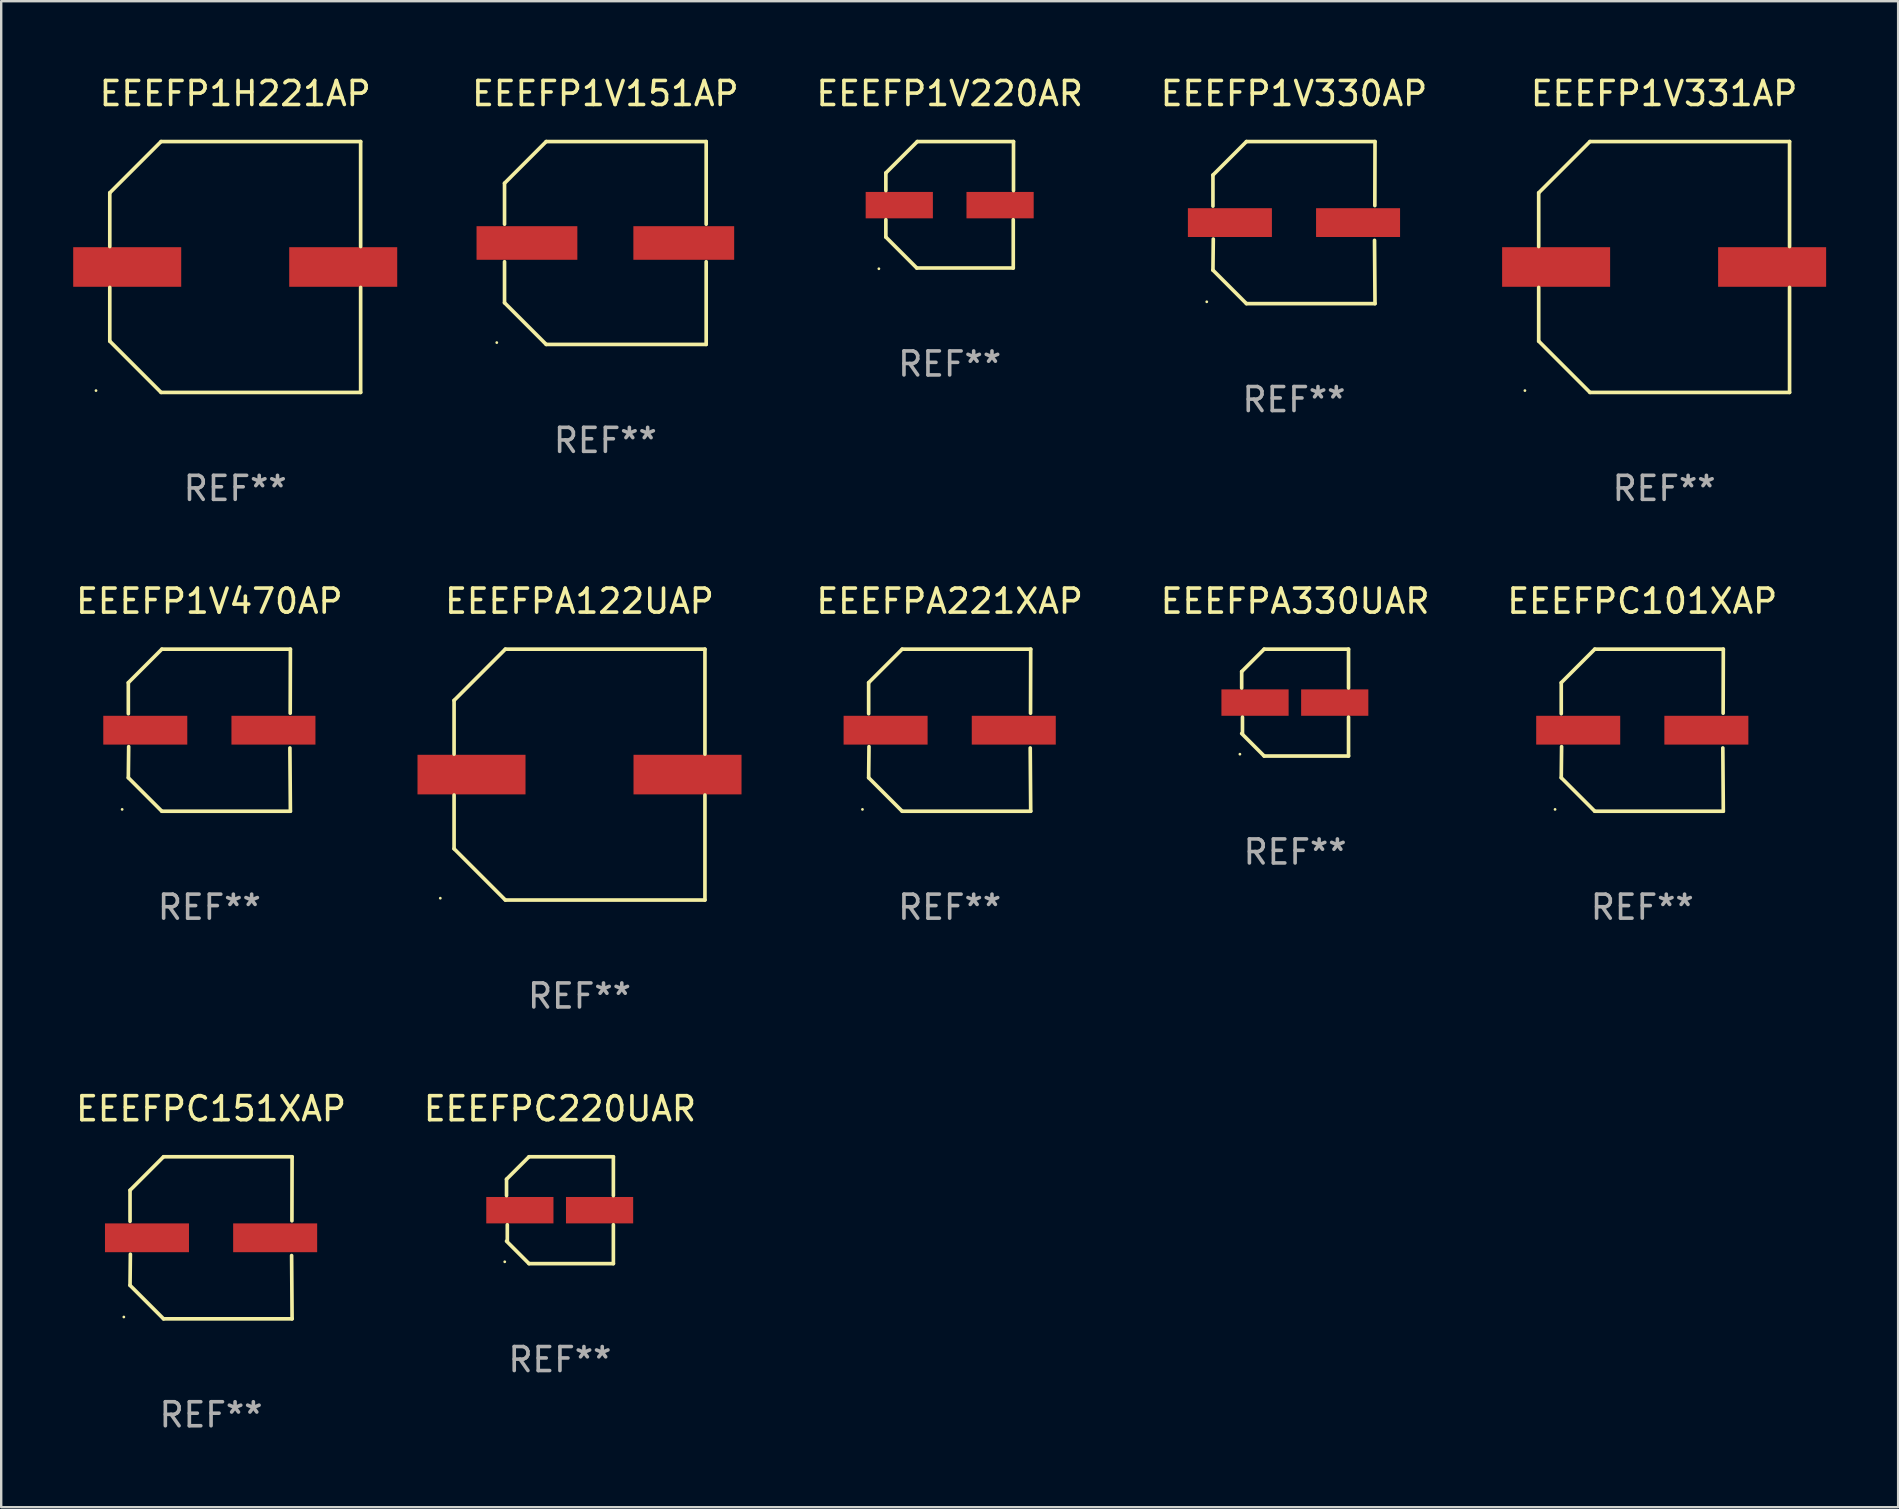
<source format=kicad_pcb>
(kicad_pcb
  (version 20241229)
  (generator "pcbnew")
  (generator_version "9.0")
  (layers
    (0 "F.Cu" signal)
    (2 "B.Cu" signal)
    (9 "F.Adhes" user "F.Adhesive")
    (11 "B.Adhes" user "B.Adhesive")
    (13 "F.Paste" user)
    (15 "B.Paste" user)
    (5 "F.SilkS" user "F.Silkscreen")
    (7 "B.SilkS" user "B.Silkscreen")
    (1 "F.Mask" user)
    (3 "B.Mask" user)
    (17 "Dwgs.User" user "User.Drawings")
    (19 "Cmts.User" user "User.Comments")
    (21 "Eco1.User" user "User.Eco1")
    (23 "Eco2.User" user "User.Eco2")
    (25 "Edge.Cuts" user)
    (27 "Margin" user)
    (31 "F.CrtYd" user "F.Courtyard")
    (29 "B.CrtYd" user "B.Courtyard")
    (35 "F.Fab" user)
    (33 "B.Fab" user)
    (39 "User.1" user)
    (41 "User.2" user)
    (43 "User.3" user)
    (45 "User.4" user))
  (footprint "EEEFPA221XAP"
    (layer "F.Cu")
    (at 36.518 27.373)
    (property "Reference" "EEEFPA221XAP" (at 0 -5.376 0) (layer "F.SilkS") (effects (font (size 1 1) (thickness 0.15))))
    (attr through_hole)
    (fp_line (start -3.376 -1.98) (end -3.376 -0.686) (stroke (width 0.152) (type solid)) (layer "F.SilkS"))
    (fp_line (start -3.376 1.981) (end -3.362 0.686) (stroke (width 0.152) (type solid)) (layer "F.SilkS"))
    (fp_line (start -1.981 3.376) (end -3.376 1.981) (stroke (width 0.152) (type solid)) (layer "F.SilkS"))
    (fp_line (start -1.98 -3.376) (end -3.376 -1.98) (stroke (width 0.152) (type solid)) (layer "F.SilkS"))
    (fp_line (start 3.356 0.74) (end 3.376 3.376) (stroke (width 0.152) (type solid)) (layer "F.SilkS"))
    (fp_line (start 3.369 -0.707) (end 3.376 -3.376) (stroke (width 0.152) (type solid)) (layer "F.SilkS"))
    (fp_line (start 3.376 3.376) (end -1.981 3.376) (stroke (width 0.152) (type solid)) (layer "F.SilkS"))
    (fp_line (start 3.376 -3.376) (end -1.98 -3.376) (stroke (width 0.152) (type solid)) (layer "F.SilkS"))
    (fp_circle (center -3.634 3.3) (end -3.604 3.3) (stroke (width 0.06) (type solid)) (fill no) (layer "F.SilkS"))
    (fp_text user "REF**" (at 0 7.376 0) (layer "F.Fab") (effects (font (size 1 1) (thickness 0.15))))
    (pad "1" smd rect (at -2.67 0.000254) (size 3.5 1.2) (layers "F.Cu" "F.Mask" "F.Paste"))
    (pad "2" smd rect (at 2.67 0.000254) (size 3.5 1.2) (layers "F.Cu" "F.Mask" "F.Paste")))
  (footprint "EEEFPC220UAR"
    (layer "F.Cu")
    (at 20.28 47.372)
    (property "Reference" "EEEFPC220UAR" (at 0 -4.226 0) (layer "F.SilkS") (effects (font (size 1 1) (thickness 0.15))))
    (attr through_hole)
    (fp_line (start -2.226 -1.29) (end -2.226 -0.607) (stroke (width 0.152) (type solid)) (layer "F.SilkS"))
    (fp_line (start -2.193 1.29) (end -2.193 0.607) (stroke (width 0.152) (type solid)) (layer "F.SilkS"))
    (fp_line (start -1.29 2.226) (end -2.226 1.29) (stroke (width 0.152) (type solid)) (layer "F.SilkS"))
    (fp_line (start -1.29 -2.226) (end -2.226 -1.29) (stroke (width 0.152) (type solid)) (layer "F.SilkS"))
    (fp_line (start 2.226 -2.226) (end -1.29 -2.226) (stroke (width 0.152) (type solid)) (layer "F.SilkS"))
    (fp_line (start 2.226 -0.607) (end 2.226 -2.226) (stroke (width 0.152) (type solid)) (layer "F.SilkS"))
    (fp_line (start 2.226 0.607) (end 2.226 2.226) (stroke (width 0.152) (type solid)) (layer "F.SilkS"))
    (fp_line (start 2.226 2.226) (end -1.29 2.226) (stroke (width 0.152) (type solid)) (layer "F.SilkS"))
    (fp_circle (center -2.3 2.15) (end -2.27 2.15) (stroke (width 0.06) (type solid)) (fill no) (layer "F.SilkS"))
    (fp_text user "REF**" (at 0 6.226 0) (layer "F.Fab") (effects (font (size 1 1) (thickness 0.15))))
    (pad "1" smd rect (at -1.67 -0.000025) (size 2.8 1.1) (layers "F.Cu" "F.Mask" "F.Paste"))
    (pad "2" smd rect (at 1.651 -0.000025) (size 2.8 1.1) (layers "F.Cu" "F.Mask" "F.Paste")))
  (footprint "EEEFPA330UAR"
    (layer "F.Cu")
    (at 50.91 26.223)
    (property "Reference" "EEEFPA330UAR" (at 0 -4.226 0) (layer "F.SilkS") (effects (font (size 1 1) (thickness 0.15))))
    (attr through_hole)
    (fp_line (start -2.226 -1.29) (end -2.226 -0.607) (stroke (width 0.152) (type solid)) (layer "F.SilkS"))
    (fp_line (start -2.193 1.29) (end -2.193 0.607) (stroke (width 0.152) (type solid)) (layer "F.SilkS"))
    (fp_line (start -1.29 2.226) (end -2.226 1.29) (stroke (width 0.152) (type solid)) (layer "F.SilkS"))
    (fp_line (start -1.29 -2.226) (end -2.226 -1.29) (stroke (width 0.152) (type solid)) (layer "F.SilkS"))
    (fp_line (start 2.226 -2.226) (end -1.29 -2.226) (stroke (width 0.152) (type solid)) (layer "F.SilkS"))
    (fp_line (start 2.226 -0.607) (end 2.226 -2.226) (stroke (width 0.152) (type solid)) (layer "F.SilkS"))
    (fp_line (start 2.226 0.607) (end 2.226 2.226) (stroke (width 0.152) (type solid)) (layer "F.SilkS"))
    (fp_line (start 2.226 2.226) (end -1.29 2.226) (stroke (width 0.152) (type solid)) (layer "F.SilkS"))
    (fp_circle (center -2.3 2.15) (end -2.27 2.15) (stroke (width 0.06) (type solid)) (fill no) (layer "F.SilkS"))
    (fp_text user "REF**" (at 0 6.226 0) (layer "F.Fab") (effects (font (size 1 1) (thickness 0.15))))
    (pad "1" smd rect (at -1.67 -0.000025) (size 2.8 1.1) (layers "F.Cu" "F.Mask" "F.Paste"))
    (pad "2" smd rect (at 1.651 -0.000025) (size 2.8 1.1) (layers "F.Cu" "F.Mask" "F.Paste")))
  (footprint "EEEFP1V331AP"
    (layer "F.Cu")
    (at 66.285 8.074)
    (property "Reference" "EEEFP1V331AP" (at 0 -7.226 0) (layer "F.SilkS") (effects (font (size 1 1) (thickness 0.15))))
    (attr through_hole)
    (fp_line (start -5.226 -3.09) (end -5.226 -0.852) (stroke (width 0.152) (type solid)) (layer "F.SilkS"))
    (fp_line (start -5.226 3.09) (end -5.226 0.852) (stroke (width 0.152) (type solid)) (layer "F.SilkS"))
    (fp_line (start -3.09 -5.226) (end -5.226 -3.09) (stroke (width 0.152) (type solid)) (layer "F.SilkS"))
    (fp_line (start -3.09 5.226) (end -5.226 3.09) (stroke (width 0.152) (type solid)) (layer "F.SilkS"))
    (fp_line (start 5.226 -5.226) (end -3.09 -5.226) (stroke (width 0.152) (type solid)) (layer "F.SilkS"))
    (fp_line (start 5.226 -0.852) (end 5.226 -5.226) (stroke (width 0.152) (type solid)) (layer "F.SilkS"))
    (fp_line (start 5.226 0.852) (end 5.226 5.226) (stroke (width 0.152) (type solid)) (layer "F.SilkS"))
    (fp_line (start 5.226 5.226) (end -3.09 5.226) (stroke (width 0.152) (type solid)) (layer "F.SilkS"))
    (fp_circle (center -5.8 5.15) (end -5.77 5.15) (stroke (width 0.06) (type solid)) (fill no) (layer "F.SilkS"))
    (fp_text user "REF**" (at 0 9.226 0) (layer "F.Fab") (effects (font (size 1 1) (thickness 0.15))))
    (pad "1" smd rect (at -4.5 0) (size 4.5 1.65) (layers "F.Cu" "F.Mask" "F.Paste"))
    (pad "2" smd rect (at 4.5 0) (size 4.5 1.65) (layers "F.Cu" "F.Mask" "F.Paste")))
  (footprint "EEEFPC151XAP"
    (layer "F.Cu")
    (at 5.744 48.522)
    (property "Reference" "EEEFPC151XAP" (at 0 -5.376 0) (layer "F.SilkS") (effects (font (size 1 1) (thickness 0.15))))
    (attr through_hole)
    (fp_line (start -3.376 -1.98) (end -3.376 -0.686) (stroke (width 0.152) (type solid)) (layer "F.SilkS"))
    (fp_line (start -3.376 1.981) (end -3.362 0.686) (stroke (width 0.152) (type solid)) (layer "F.SilkS"))
    (fp_line (start -1.981 3.376) (end -3.376 1.981) (stroke (width 0.152) (type solid)) (layer "F.SilkS"))
    (fp_line (start -1.98 -3.376) (end -3.376 -1.98) (stroke (width 0.152) (type solid)) (layer "F.SilkS"))
    (fp_line (start 3.356 0.74) (end 3.376 3.376) (stroke (width 0.152) (type solid)) (layer "F.SilkS"))
    (fp_line (start 3.369 -0.707) (end 3.376 -3.376) (stroke (width 0.152) (type solid)) (layer "F.SilkS"))
    (fp_line (start 3.376 3.376) (end -1.981 3.376) (stroke (width 0.152) (type solid)) (layer "F.SilkS"))
    (fp_line (start 3.376 -3.376) (end -1.98 -3.376) (stroke (width 0.152) (type solid)) (layer "F.SilkS"))
    (fp_circle (center -3.634 3.3) (end -3.604 3.3) (stroke (width 0.06) (type solid)) (fill no) (layer "F.SilkS"))
    (fp_text user "REF**" (at 0 7.376 0) (layer "F.Fab") (effects (font (size 1 1) (thickness 0.15))))
    (pad "1" smd rect (at -2.67 0.000254) (size 3.5 1.2) (layers "F.Cu" "F.Mask" "F.Paste"))
    (pad "2" smd rect (at 2.67 0.000254) (size 3.5 1.2) (layers "F.Cu" "F.Mask" "F.Paste")))
  (footprint "EEEFP1V220AR"
    (layer "F.Cu")
    (at 36.518 5.482)
    (property "Reference" "EEEFP1V220AR" (at 0 -4.634 0) (layer "F.SilkS") (effects (font (size 1 1) (thickness 0.15))))
    (attr through_hole)
    (fp_line (start -2.659 -1.326) (end -2.659 -0.592) (stroke (width 0.152) (type solid)) (layer "F.SilkS"))
    (fp_line (start -2.659 1.346) (end -2.659 0.622) (stroke (width 0.152) (type solid)) (layer "F.SilkS"))
    (fp_line (start -1.372 2.634) (end -2.659 1.346) (stroke (width 0.152) (type solid)) (layer "F.SilkS"))
    (fp_line (start -1.349 -2.634) (end -2.659 -1.326) (stroke (width 0.152) (type solid)) (layer "F.SilkS"))
    (fp_line (start 2.649 0.622) (end 2.649 2.634) (stroke (width 0.152) (type solid)) (layer "F.SilkS"))
    (fp_line (start 2.649 2.634) (end -1.372 2.634) (stroke (width 0.152) (type solid)) (layer "F.SilkS"))
    (fp_line (start 2.659 -2.634) (end -1.349 -2.634) (stroke (width 0.152) (type solid)) (layer "F.SilkS"))
    (fp_line (start 2.659 -0.592) (end 2.659 -2.634) (stroke (width 0.152) (type solid)) (layer "F.SilkS"))
    (fp_circle (center -2.95 2.665) (end -2.92 2.665) (stroke (width 0.06) (type solid)) (fill no) (layer "F.SilkS"))
    (fp_text user "REF**" (at 0 6.634 0) (layer "F.Fab") (effects (font (size 1 1) (thickness 0.15))))
    (pad "1" smd rect (at -2.1 0.015) (size 2.8 1.1) (layers "F.Cu" "F.Mask" "F.Paste"))
    (pad "2" smd rect (at 2.1 0.015) (size 2.8 1.1) (layers "F.Cu" "F.Mask" "F.Paste")))
  (footprint "EEEFP1V470AP"
    (layer "F.Cu")
    (at 5.673 27.373)
    (property "Reference" "EEEFP1V470AP" (at 0 -5.376 0) (layer "F.SilkS") (effects (font (size 1 1) (thickness 0.15))))
    (attr through_hole)
    (fp_line (start -3.376 -1.98) (end -3.376 -0.686) (stroke (width 0.152) (type solid)) (layer "F.SilkS"))
    (fp_line (start -3.376 1.981) (end -3.362 0.686) (stroke (width 0.152) (type solid)) (layer "F.SilkS"))
    (fp_line (start -1.981 3.376) (end -3.376 1.981) (stroke (width 0.152) (type solid)) (layer "F.SilkS"))
    (fp_line (start -1.98 -3.376) (end -3.376 -1.98) (stroke (width 0.152) (type solid)) (layer "F.SilkS"))
    (fp_line (start 3.356 0.74) (end 3.376 3.376) (stroke (width 0.152) (type solid)) (layer "F.SilkS"))
    (fp_line (start 3.369 -0.707) (end 3.376 -3.376) (stroke (width 0.152) (type solid)) (layer "F.SilkS"))
    (fp_line (start 3.376 3.376) (end -1.981 3.376) (stroke (width 0.152) (type solid)) (layer "F.SilkS"))
    (fp_line (start 3.376 -3.376) (end -1.98 -3.376) (stroke (width 0.152) (type solid)) (layer "F.SilkS"))
    (fp_circle (center -3.634 3.3) (end -3.604 3.3) (stroke (width 0.06) (type solid)) (fill no) (layer "F.SilkS"))
    (fp_text user "REF**" (at 0 7.376 0) (layer "F.Fab") (effects (font (size 1 1) (thickness 0.15))))
    (pad "1" smd rect (at -2.67 0.000254) (size 3.5 1.2) (layers "F.Cu" "F.Mask" "F.Paste"))
    (pad "2" smd rect (at 2.67 0.000254) (size 3.5 1.2) (layers "F.Cu" "F.Mask" "F.Paste")))
  (footprint "EEEFPA122UAP"
    (layer "F.Cu")
    (at 21.095 29.223)
    (property "Reference" "EEEFPA122UAP" (at 0 -7.226 0) (layer "F.SilkS") (effects (font (size 1 1) (thickness 0.15))))
    (attr through_hole)
    (fp_line (start -5.226 -3.09) (end -5.226 -0.852) (stroke (width 0.152) (type solid)) (layer "F.SilkS"))
    (fp_line (start -5.226 3.09) (end -5.226 0.852) (stroke (width 0.152) (type solid)) (layer "F.SilkS"))
    (fp_line (start -3.09 -5.226) (end -5.226 -3.09) (stroke (width 0.152) (type solid)) (layer "F.SilkS"))
    (fp_line (start -3.09 5.226) (end -5.226 3.09) (stroke (width 0.152) (type solid)) (layer "F.SilkS"))
    (fp_line (start 5.226 -5.226) (end -3.09 -5.226) (stroke (width 0.152) (type solid)) (layer "F.SilkS"))
    (fp_line (start 5.226 -0.852) (end 5.226 -5.226) (stroke (width 0.152) (type solid)) (layer "F.SilkS"))
    (fp_line (start 5.226 0.852) (end 5.226 5.226) (stroke (width 0.152) (type solid)) (layer "F.SilkS"))
    (fp_line (start 5.226 5.226) (end -3.09 5.226) (stroke (width 0.152) (type solid)) (layer "F.SilkS"))
    (fp_circle (center -5.8 5.15) (end -5.77 5.15) (stroke (width 0.06) (type solid)) (fill no) (layer "F.SilkS"))
    (fp_text user "REF**" (at 0 9.226 0) (layer "F.Fab") (effects (font (size 1 1) (thickness 0.15))))
    (pad "1" smd rect (at -4.5 0) (size 4.5 1.65) (layers "F.Cu" "F.Mask" "F.Paste"))
    (pad "2" smd rect (at 4.5 0) (size 4.5 1.65) (layers "F.Cu" "F.Mask" "F.Paste")))
  (footprint "EEEFP1V151AP"
    (layer "F.Cu")
    (at 22.172 7.074)
    (property "Reference" "EEEFP1V151AP" (at 0 -6.226 0) (layer "F.SilkS") (effects (font (size 1 1) (thickness 0.15))))
    (attr through_hole)
    (fp_line (start -4.201 -2.49) (end -4.201 -0.782) (stroke (width 0.152) (type solid)) (layer "F.SilkS"))
    (fp_line (start -4.201 2.49) (end -4.201 0.782) (stroke (width 0.152) (type solid)) (layer "F.SilkS"))
    (fp_line (start -2.465 -4.226) (end -4.201 -2.49) (stroke (width 0.152) (type solid)) (layer "F.SilkS"))
    (fp_line (start -2.465 4.226) (end -4.201 2.49) (stroke (width 0.152) (type solid)) (layer "F.SilkS"))
    (fp_line (start 4.201 -4.226) (end -2.465 -4.226) (stroke (width 0.152) (type solid)) (layer "F.SilkS"))
    (fp_line (start 4.201 -0.782) (end 4.201 -4.226) (stroke (width 0.152) (type solid)) (layer "F.SilkS"))
    (fp_line (start 4.201 0.782) (end 4.201 4.226) (stroke (width 0.152) (type solid)) (layer "F.SilkS"))
    (fp_line (start 4.201 4.226) (end -2.465 4.226) (stroke (width 0.152) (type solid)) (layer "F.SilkS"))
    (fp_circle (center -4.524 4.15) (end -4.494 4.15) (stroke (width 0.06) (type solid)) (fill no) (layer "F.SilkS"))
    (fp_text user "REF**" (at 0 8.226 0) (layer "F.Fab") (effects (font (size 1 1) (thickness 0.15))))
    (pad "1" smd rect (at -3.267 0) (size 4.2 1.4) (layers "F.Cu" "F.Mask" "F.Paste"))
    (pad "2" smd rect (at 3.267 0) (size 4.2 1.4) (layers "F.Cu" "F.Mask" "F.Paste")))
  (footprint "EEEFPC101XAP"
    (layer "F.Cu")
    (at 65.375 27.373)
    (property "Reference" "EEEFPC101XAP" (at 0 -5.376 0) (layer "F.SilkS") (effects (font (size 1 1) (thickness 0.15))))
    (attr through_hole)
    (fp_line (start -3.376 -1.98) (end -3.376 -0.686) (stroke (width 0.152) (type solid)) (layer "F.SilkS"))
    (fp_line (start -3.376 1.981) (end -3.362 0.686) (stroke (width 0.152) (type solid)) (layer "F.SilkS"))
    (fp_line (start -1.981 3.376) (end -3.376 1.981) (stroke (width 0.152) (type solid)) (layer "F.SilkS"))
    (fp_line (start -1.98 -3.376) (end -3.376 -1.98) (stroke (width 0.152) (type solid)) (layer "F.SilkS"))
    (fp_line (start 3.356 0.74) (end 3.376 3.376) (stroke (width 0.152) (type solid)) (layer "F.SilkS"))
    (fp_line (start 3.369 -0.707) (end 3.376 -3.376) (stroke (width 0.152) (type solid)) (layer "F.SilkS"))
    (fp_line (start 3.376 3.376) (end -1.981 3.376) (stroke (width 0.152) (type solid)) (layer "F.SilkS"))
    (fp_line (start 3.376 -3.376) (end -1.98 -3.376) (stroke (width 0.152) (type solid)) (layer "F.SilkS"))
    (fp_circle (center -3.634 3.3) (end -3.604 3.3) (stroke (width 0.06) (type solid)) (fill no) (layer "F.SilkS"))
    (fp_text user "REF**" (at 0 7.376 0) (layer "F.Fab") (effects (font (size 1 1) (thickness 0.15))))
    (pad "1" smd rect (at -2.67 0.000254) (size 3.5 1.2) (layers "F.Cu" "F.Mask" "F.Paste"))
    (pad "2" smd rect (at 2.67 0.000254) (size 3.5 1.2) (layers "F.Cu" "F.Mask" "F.Paste")))
  (footprint "EEEFP1H221AP"
    (layer "F.Cu")
    (at 6.75 8.074)
    (property "Reference" "EEEFP1H221AP" (at 0 -7.226 0) (layer "F.SilkS") (effects (font (size 1 1) (thickness 0.15))))
    (attr through_hole)
    (fp_line (start -5.226 -3.09) (end -5.226 -0.852) (stroke (width 0.152) (type solid)) (layer "F.SilkS"))
    (fp_line (start -5.226 3.09) (end -5.226 0.852) (stroke (width 0.152) (type solid)) (layer "F.SilkS"))
    (fp_line (start -3.09 -5.226) (end -5.226 -3.09) (stroke (width 0.152) (type solid)) (layer "F.SilkS"))
    (fp_line (start -3.09 5.226) (end -5.226 3.09) (stroke (width 0.152) (type solid)) (layer "F.SilkS"))
    (fp_line (start 5.226 -5.226) (end -3.09 -5.226) (stroke (width 0.152) (type solid)) (layer "F.SilkS"))
    (fp_line (start 5.226 -0.852) (end 5.226 -5.226) (stroke (width 0.152) (type solid)) (layer "F.SilkS"))
    (fp_line (start 5.226 0.852) (end 5.226 5.226) (stroke (width 0.152) (type solid)) (layer "F.SilkS"))
    (fp_line (start 5.226 5.226) (end -3.09 5.226) (stroke (width 0.152) (type solid)) (layer "F.SilkS"))
    (fp_circle (center -5.8 5.15) (end -5.77 5.15) (stroke (width 0.06) (type solid)) (fill no) (layer "F.SilkS"))
    (fp_text user "REF**" (at 0 9.226 0) (layer "F.Fab") (effects (font (size 1 1) (thickness 0.15))))
    (pad "1" smd rect (at -4.5 0) (size 4.5 1.65) (layers "F.Cu" "F.Mask" "F.Paste"))
    (pad "2" smd rect (at 4.5 0) (size 4.5 1.65) (layers "F.Cu" "F.Mask" "F.Paste")))
  (footprint "EEEFP1V330AP"
    (layer "F.Cu")
    (at 50.863 6.224)
    (property "Reference" "EEEFP1V330AP" (at 0 -5.376 0) (layer "F.SilkS") (effects (font (size 1 1) (thickness 0.15))))
    (attr through_hole)
    (fp_line (start -3.376 -1.98) (end -3.376 -0.686) (stroke (width 0.152) (type solid)) (layer "F.SilkS"))
    (fp_line (start -3.376 1.981) (end -3.362 0.686) (stroke (width 0.152) (type solid)) (layer "F.SilkS"))
    (fp_line (start -1.981 3.376) (end -3.376 1.981) (stroke (width 0.152) (type solid)) (layer "F.SilkS"))
    (fp_line (start -1.98 -3.376) (end -3.376 -1.98) (stroke (width 0.152) (type solid)) (layer "F.SilkS"))
    (fp_line (start 3.356 0.74) (end 3.376 3.376) (stroke (width 0.152) (type solid)) (layer "F.SilkS"))
    (fp_line (start 3.369 -0.707) (end 3.376 -3.376) (stroke (width 0.152) (type solid)) (layer "F.SilkS"))
    (fp_line (start 3.376 3.376) (end -1.981 3.376) (stroke (width 0.152) (type solid)) (layer "F.SilkS"))
    (fp_line (start 3.376 -3.376) (end -1.98 -3.376) (stroke (width 0.152) (type solid)) (layer "F.SilkS"))
    (fp_circle (center -3.634 3.3) (end -3.604 3.3) (stroke (width 0.06) (type solid)) (fill no) (layer "F.SilkS"))
    (fp_text user "REF**" (at 0 7.376 0) (layer "F.Fab") (effects (font (size 1 1) (thickness 0.15))))
    (pad "1" smd rect (at -2.67 0.000254) (size 3.5 1.2) (layers "F.Cu" "F.Mask" "F.Paste"))
    (pad "2" smd rect (at 2.67 0.000254) (size 3.5 1.2) (layers "F.Cu" "F.Mask" "F.Paste")))
  (gr_rect
    (start -3 -3)
    (end 76.035 59.746)
    (stroke (width 0.1) (type default))
    (fill no)
    (layer "Edge.Cuts")))
</source>
